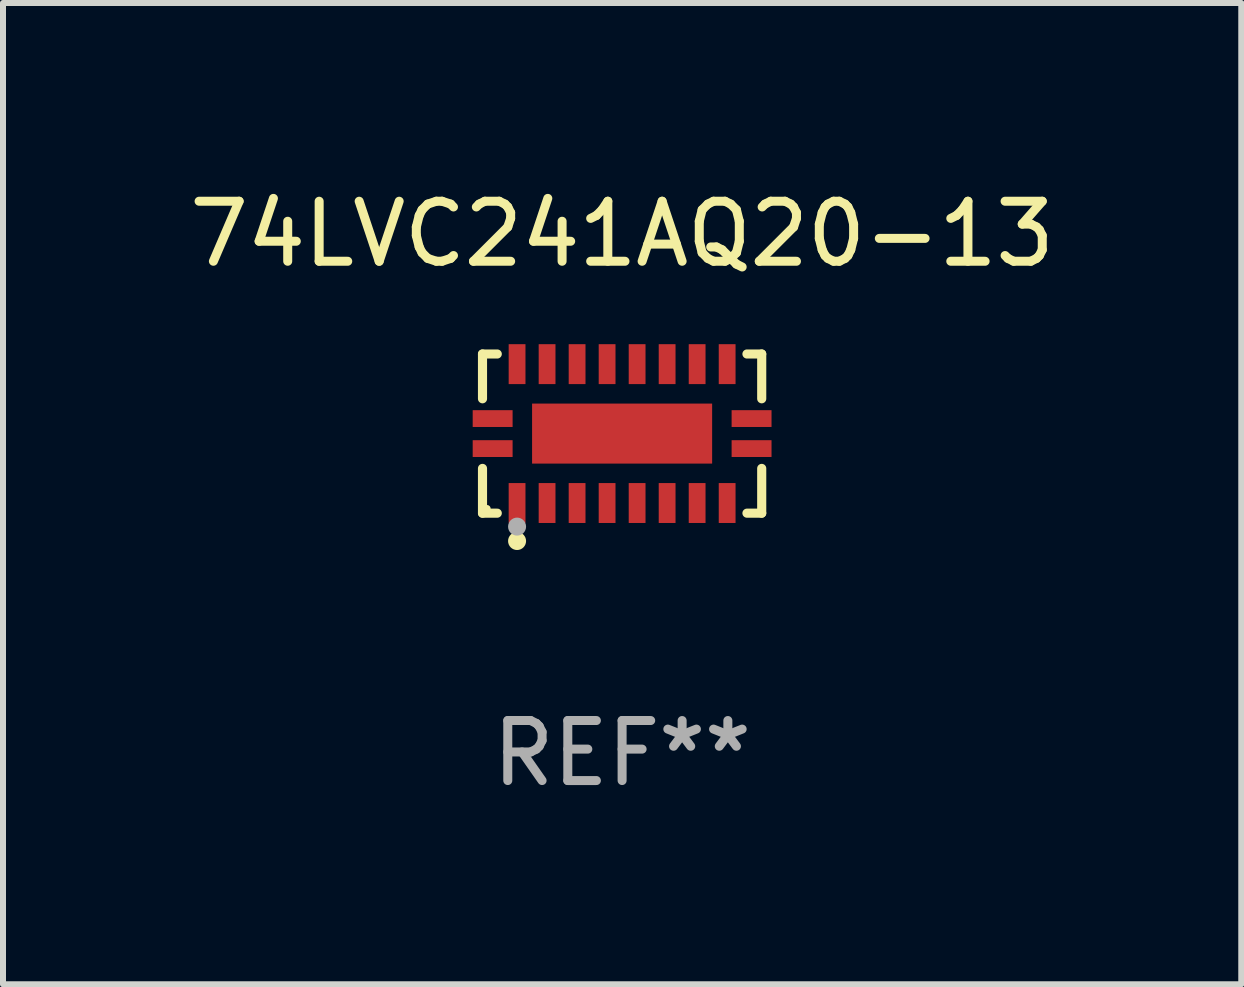
<source format=kicad_pcb>
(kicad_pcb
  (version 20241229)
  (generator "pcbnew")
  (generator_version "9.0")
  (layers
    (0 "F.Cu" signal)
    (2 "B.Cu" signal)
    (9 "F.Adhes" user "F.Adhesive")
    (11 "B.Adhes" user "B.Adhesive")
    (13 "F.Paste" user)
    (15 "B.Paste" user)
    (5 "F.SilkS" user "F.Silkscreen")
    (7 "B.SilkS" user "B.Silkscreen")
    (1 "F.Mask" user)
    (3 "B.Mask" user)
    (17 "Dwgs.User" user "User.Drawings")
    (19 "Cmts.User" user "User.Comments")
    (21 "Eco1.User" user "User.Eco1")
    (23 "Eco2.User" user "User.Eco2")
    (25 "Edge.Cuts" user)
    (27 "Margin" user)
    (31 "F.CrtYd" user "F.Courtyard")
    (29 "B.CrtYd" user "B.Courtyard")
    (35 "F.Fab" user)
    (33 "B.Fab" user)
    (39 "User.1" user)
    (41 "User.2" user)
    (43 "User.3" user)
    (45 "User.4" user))
  (footprint "74LVC241AQ20-13"
    (layer "F.Cu")
    (at 7.315 4.174)
    (property "Reference" "74LVC241AQ20-13" (at 0 -3.326 0) (layer "F.SilkS") (effects (font (size 1 1) (thickness 0.15))))
    (attr through_hole)
    (fp_line (start -2.326 -1.326) (end -2.08 -1.326) (stroke (width 0.152) (type solid)) (layer "F.SilkS"))
    (fp_line (start -2.326 -0.58) (end -2.326 -1.326) (stroke (width 0.152) (type solid)) (layer "F.SilkS"))
    (fp_line (start -2.326 0.58) (end -2.326 1.326) (stroke (width 0.152) (type solid)) (layer "F.SilkS"))
    (fp_line (start -2.326 1.326) (end -2.08 1.326) (stroke (width 0.152) (type solid)) (layer "F.SilkS"))
    (fp_line (start 2.326 -1.326) (end 2.08 -1.326) (stroke (width 0.152) (type solid)) (layer "F.SilkS"))
    (fp_line (start 2.326 -0.58) (end 2.326 -1.326) (stroke (width 0.152) (type solid)) (layer "F.SilkS"))
    (fp_line (start 2.326 0.58) (end 2.326 1.326) (stroke (width 0.152) (type solid)) (layer "F.SilkS"))
    (fp_line (start 2.326 1.326) (end 2.08 1.326) (stroke (width 0.152) (type solid)) (layer "F.SilkS"))
    (fp_circle (center -2.25 1.25) (end -2.22 1.25) (stroke (width 0.06) (type solid)) (fill no) (layer "F.SilkS"))
    (fp_circle (center -1.75 1.79) (end -1.675 1.79) (stroke (width 0.15) (type solid)) (fill no) (layer "F.SilkS"))
    (fp_circle (center -1.75 1.55) (end -1.675 1.55) (stroke (width 0.15) (type solid)) (fill no) (layer "F.Fab"))
    (fp_text user "REF**" (at 0 5.326 0) (layer "F.Fab") (effects (font (size 1 1) (thickness 0.15))))
    (pad "1" smd rect (at -1.75 1.157) (size 0.28 0.665) (layers "F.Cu" "F.Mask" "F.Paste"))
    (pad "2" smd rect (at -1.25 1.157) (size 0.28 0.665) (layers "F.Cu" "F.Mask" "F.Paste"))
    (pad "3" smd rect (at -0.75 1.157) (size 0.28 0.665) (layers "F.Cu" "F.Mask" "F.Paste"))
    (pad "4" smd rect (at -0.25 1.157) (size 0.28 0.665) (layers "F.Cu" "F.Mask" "F.Paste"))
    (pad "5" smd rect (at 0.25 1.157) (size 0.28 0.665) (layers "F.Cu" "F.Mask" "F.Paste"))
    (pad "6" smd rect (at 0.75 1.157) (size 0.28 0.665) (layers "F.Cu" "F.Mask" "F.Paste"))
    (pad "7" smd rect (at 1.25 1.157) (size 0.28 0.665) (layers "F.Cu" "F.Mask" "F.Paste"))
    (pad "8" smd rect (at 1.75 1.157) (size 0.28 0.665) (layers "F.Cu" "F.Mask" "F.Paste"))
    (pad "9" smd rect (at 2.157 0.25) (size 0.665 0.28) (layers "F.Cu" "F.Mask" "F.Paste"))
    (pad "10" smd rect (at 2.157 -0.25) (size 0.665 0.28) (layers "F.Cu" "F.Mask" "F.Paste"))
    (pad "11" smd rect (at 1.75 -1.157) (size 0.28 0.665) (layers "F.Cu" "F.Mask" "F.Paste"))
    (pad "12" smd rect (at 1.25 -1.157) (size 0.28 0.665) (layers "F.Cu" "F.Mask" "F.Paste"))
    (pad "13" smd rect (at 0.75 -1.157) (size 0.28 0.665) (layers "F.Cu" "F.Mask" "F.Paste"))
    (pad "14" smd rect (at 0.25 -1.157) (size 0.28 0.665) (layers "F.Cu" "F.Mask" "F.Paste"))
    (pad "15" smd rect (at -0.25 -1.157) (size 0.28 0.665) (layers "F.Cu" "F.Mask" "F.Paste"))
    (pad "16" smd rect (at -0.75 -1.157) (size 0.28 0.665) (layers "F.Cu" "F.Mask" "F.Paste"))
    (pad "17" smd rect (at -1.25 -1.157) (size 0.28 0.665) (layers "F.Cu" "F.Mask" "F.Paste"))
    (pad "18" smd rect (at -1.75 -1.157) (size 0.28 0.665) (layers "F.Cu" "F.Mask" "F.Paste"))
    (pad "19" smd rect (at -2.157 -0.25) (size 0.665 0.28) (layers "F.Cu" "F.Mask" "F.Paste"))
    (pad "20" smd rect (at -2.157 0.25) (size 0.665 0.28) (layers "F.Cu" "F.Mask" "F.Paste"))
    (pad "21" smd rect (at 0 0) (size 3 1) (layers "F.Cu" "F.Mask" "F.Paste")))
  (gr_rect
    (start -3 -3)
    (end 17.631 13.349)
    (stroke (width 0.1) (type default))
    (fill no)
    (layer "Edge.Cuts")))
</source>
